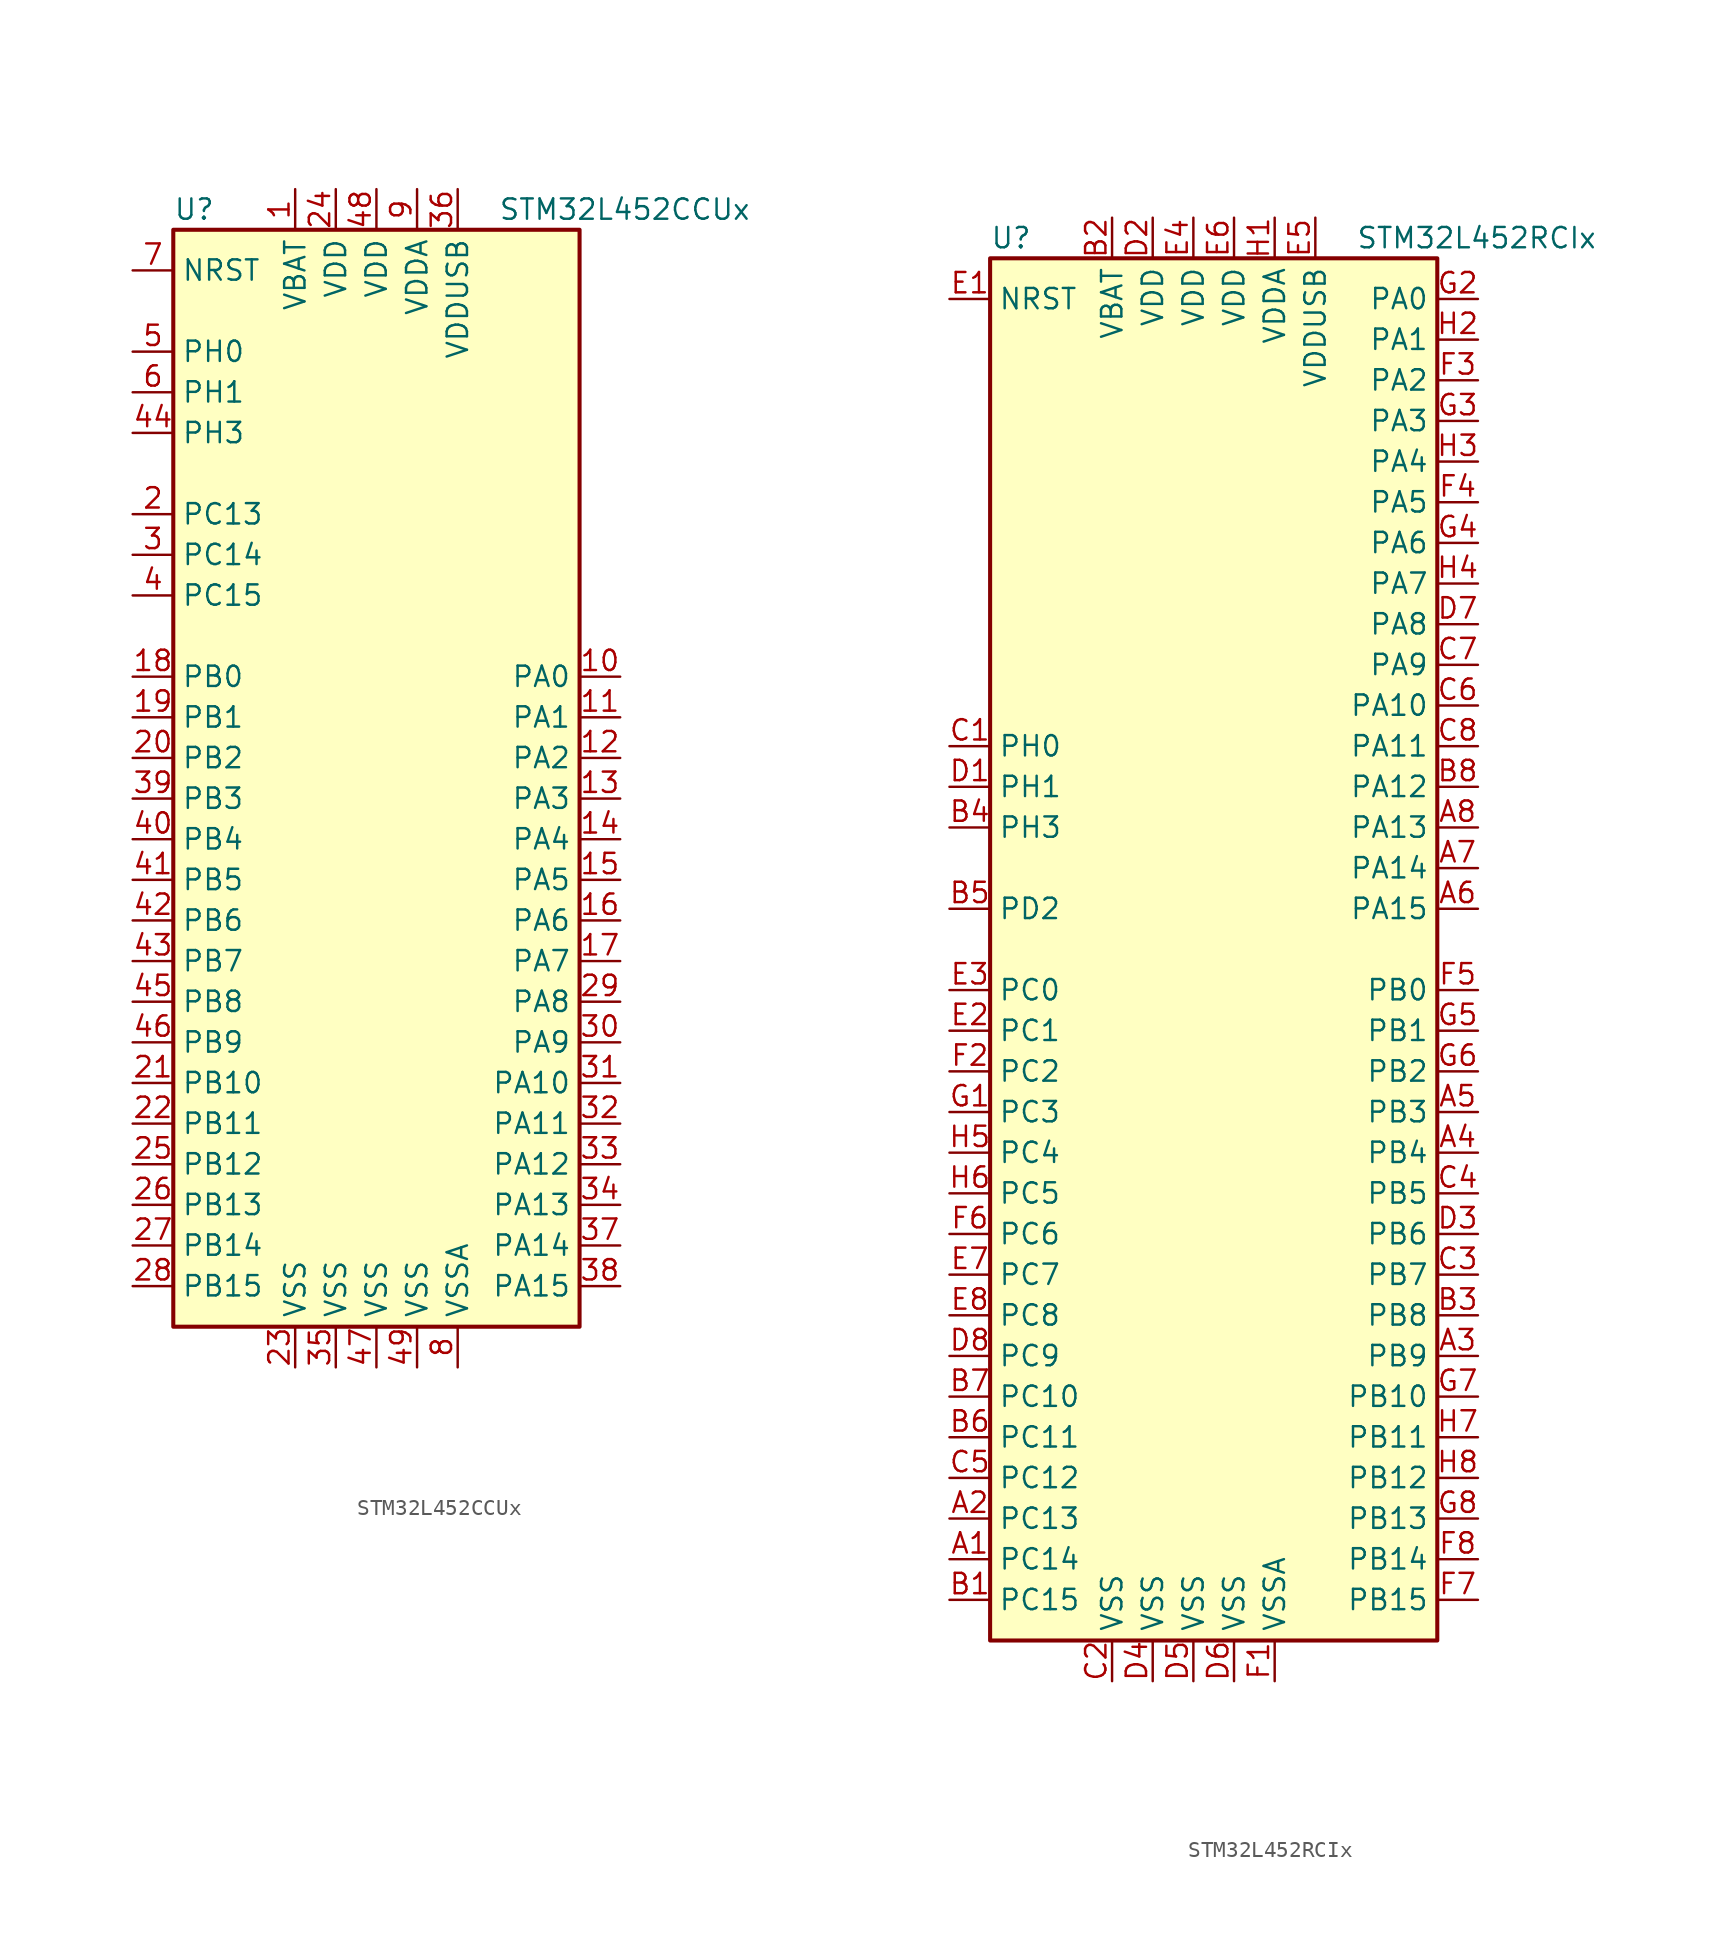
<source format=kicad_sym>
(kicad_symbol_lib
  (version 20201005)
  (generator kicad_symbol_editor)
  (symbol "STM32L452CCUx"
    (property "Reference" "U"
      (at -12.7 34.29 0)
      (effects (font (size 1.27 1.27)) (justify left)))
    (property "Value" "STM32L452CCUx"
      (at 7.62 34.29 0)
      (effects (font (size 1.27 1.27)) (justify left)))
    (symbol "STM32L452CCUx_0_1"
      (rectangle (start -12.7 -35.56) (end 12.7 33.02) (stroke (width 0.254)) (fill (type background))))
    (symbol "STM32L452CCUx_1_1"
      (pin power_in line (at -5.08 35.56 270) (length 2.54) (name "VBAT" (effects (font (size 1.27 1.27)))) (number "1" (effects (font (size 1.27 1.27)))))
      (pin bidirectional line (at 15.24 5.08 180) (length 2.54) (name "PA0" (effects (font (size 1.27 1.27)))) (number "10" (effects (font (size 1.27 1.27)))))
      (pin bidirectional line (at 15.24 2.54 180) (length 2.54) (name "PA1" (effects (font (size 1.27 1.27)))) (number "11" (effects (font (size 1.27 1.27)))))
      (pin bidirectional line (at 15.24 0 180) (length 2.54) (name "PA2" (effects (font (size 1.27 1.27)))) (number "12" (effects (font (size 1.27 1.27)))))
      (pin bidirectional line (at 15.24 -2.54 180) (length 2.54) (name "PA3" (effects (font (size 1.27 1.27)))) (number "13" (effects (font (size 1.27 1.27)))))
      (pin bidirectional line (at 15.24 -5.08 180) (length 2.54) (name "PA4" (effects (font (size 1.27 1.27)))) (number "14" (effects (font (size 1.27 1.27)))))
      (pin bidirectional line (at 15.24 -7.62 180) (length 2.54) (name "PA5" (effects (font (size 1.27 1.27)))) (number "15" (effects (font (size 1.27 1.27)))))
      (pin bidirectional line (at 15.24 -10.16 180) (length 2.54) (name "PA6" (effects (font (size 1.27 1.27)))) (number "16" (effects (font (size 1.27 1.27)))))
      (pin bidirectional line (at 15.24 -12.7 180) (length 2.54) (name "PA7" (effects (font (size 1.27 1.27)))) (number "17" (effects (font (size 1.27 1.27)))))
      (pin bidirectional line (at -15.24 5.08 0) (length 2.54) (name "PB0" (effects (font (size 1.27 1.27)))) (number "18" (effects (font (size 1.27 1.27)))))
      (pin bidirectional line (at -15.24 2.54 0) (length 2.54) (name "PB1" (effects (font (size 1.27 1.27)))) (number "19" (effects (font (size 1.27 1.27)))))
      (pin bidirectional line (at -15.24 15.24 0) (length 2.54) (name "PC13" (effects (font (size 1.27 1.27)))) (number "2" (effects (font (size 1.27 1.27)))))
      (pin bidirectional line (at -15.24 0 0) (length 2.54) (name "PB2" (effects (font (size 1.27 1.27)))) (number "20" (effects (font (size 1.27 1.27)))))
      (pin bidirectional line (at -15.24 -20.32 0) (length 2.54) (name "PB10" (effects (font (size 1.27 1.27)))) (number "21" (effects (font (size 1.27 1.27)))))
      (pin bidirectional line (at -15.24 -22.86 0) (length 2.54) (name "PB11" (effects (font (size 1.27 1.27)))) (number "22" (effects (font (size 1.27 1.27)))))
      (pin power_in line (at -5.08 -38.1 90) (length 2.54) (name "VSS" (effects (font (size 1.27 1.27)))) (number "23" (effects (font (size 1.27 1.27)))))
      (pin power_in line (at -2.54 35.56 270) (length 2.54) (name "VDD" (effects (font (size 1.27 1.27)))) (number "24" (effects (font (size 1.27 1.27)))))
      (pin bidirectional line (at -15.24 -25.4 0) (length 2.54) (name "PB12" (effects (font (size 1.27 1.27)))) (number "25" (effects (font (size 1.27 1.27)))))
      (pin bidirectional line (at -15.24 -27.94 0) (length 2.54) (name "PB13" (effects (font (size 1.27 1.27)))) (number "26" (effects (font (size 1.27 1.27)))))
      (pin bidirectional line (at -15.24 -30.48 0) (length 2.54) (name "PB14" (effects (font (size 1.27 1.27)))) (number "27" (effects (font (size 1.27 1.27)))))
      (pin bidirectional line (at -15.24 -33.02 0) (length 2.54) (name "PB15" (effects (font (size 1.27 1.27)))) (number "28" (effects (font (size 1.27 1.27)))))
      (pin bidirectional line (at 15.24 -15.24 180) (length 2.54) (name "PA8" (effects (font (size 1.27 1.27)))) (number "29" (effects (font (size 1.27 1.27)))))
      (pin bidirectional line (at -15.24 12.7 0) (length 2.54) (name "PC14" (effects (font (size 1.27 1.27)))) (number "3" (effects (font (size 1.27 1.27)))))
      (pin bidirectional line (at 15.24 -17.78 180) (length 2.54) (name "PA9" (effects (font (size 1.27 1.27)))) (number "30" (effects (font (size 1.27 1.27)))))
      (pin bidirectional line (at 15.24 -20.32 180) (length 2.54) (name "PA10" (effects (font (size 1.27 1.27)))) (number "31" (effects (font (size 1.27 1.27)))))
      (pin bidirectional line (at 15.24 -22.86 180) (length 2.54) (name "PA11" (effects (font (size 1.27 1.27)))) (number "32" (effects (font (size 1.27 1.27)))))
      (pin bidirectional line (at 15.24 -25.4 180) (length 2.54) (name "PA12" (effects (font (size 1.27 1.27)))) (number "33" (effects (font (size 1.27 1.27)))))
      (pin bidirectional line (at 15.24 -27.94 180) (length 2.54) (name "PA13" (effects (font (size 1.27 1.27)))) (number "34" (effects (font (size 1.27 1.27)))))
      (pin power_in line (at -2.54 -38.1 90) (length 2.54) (name "VSS" (effects (font (size 1.27 1.27)))) (number "35" (effects (font (size 1.27 1.27)))))
      (pin power_in line (at 5.08 35.56 270) (length 2.54) (name "VDDUSB" (effects (font (size 1.27 1.27)))) (number "36" (effects (font (size 1.27 1.27)))))
      (pin bidirectional line (at 15.24 -30.48 180) (length 2.54) (name "PA14" (effects (font (size 1.27 1.27)))) (number "37" (effects (font (size 1.27 1.27)))))
      (pin bidirectional line (at 15.24 -33.02 180) (length 2.54) (name "PA15" (effects (font (size 1.27 1.27)))) (number "38" (effects (font (size 1.27 1.27)))))
      (pin bidirectional line (at -15.24 -2.54 0) (length 2.54) (name "PB3" (effects (font (size 1.27 1.27)))) (number "39" (effects (font (size 1.27 1.27)))))
      (pin bidirectional line (at -15.24 10.16 0) (length 2.54) (name "PC15" (effects (font (size 1.27 1.27)))) (number "4" (effects (font (size 1.27 1.27)))))
      (pin bidirectional line (at -15.24 -5.08 0) (length 2.54) (name "PB4" (effects (font (size 1.27 1.27)))) (number "40" (effects (font (size 1.27 1.27)))))
      (pin bidirectional line (at -15.24 -7.62 0) (length 2.54) (name "PB5" (effects (font (size 1.27 1.27)))) (number "41" (effects (font (size 1.27 1.27)))))
      (pin bidirectional line (at -15.24 -10.16 0) (length 2.54) (name "PB6" (effects (font (size 1.27 1.27)))) (number "42" (effects (font (size 1.27 1.27)))))
      (pin bidirectional line (at -15.24 -12.7 0) (length 2.54) (name "PB7" (effects (font (size 1.27 1.27)))) (number "43" (effects (font (size 1.27 1.27)))))
      (pin bidirectional line (at -15.24 20.32 0) (length 2.54) (name "PH3" (effects (font (size 1.27 1.27)))) (number "44" (effects (font (size 1.27 1.27)))))
      (pin bidirectional line (at -15.24 -15.24 0) (length 2.54) (name "PB8" (effects (font (size 1.27 1.27)))) (number "45" (effects (font (size 1.27 1.27)))))
      (pin bidirectional line (at -15.24 -17.78 0) (length 2.54) (name "PB9" (effects (font (size 1.27 1.27)))) (number "46" (effects (font (size 1.27 1.27)))))
      (pin power_in line (at 0 -38.1 90) (length 2.54) (name "VSS" (effects (font (size 1.27 1.27)))) (number "47" (effects (font (size 1.27 1.27)))))
      (pin power_in line (at 0 35.56 270) (length 2.54) (name "VDD" (effects (font (size 1.27 1.27)))) (number "48" (effects (font (size 1.27 1.27)))))
      (pin power_in line (at 2.54 -38.1 90) (length 2.54) (name "VSS" (effects (font (size 1.27 1.27)))) (number "49" (effects (font (size 1.27 1.27)))))
      (pin input line (at -15.24 25.4 0) (length 2.54) (name "PH0" (effects (font (size 1.27 1.27)))) (number "5" (effects (font (size 1.27 1.27)))))
      (pin input line (at -15.24 22.86 0) (length 2.54) (name "PH1" (effects (font (size 1.27 1.27)))) (number "6" (effects (font (size 1.27 1.27)))))
      (pin input line (at -15.24 30.48 0) (length 2.54) (name "NRST" (effects (font (size 1.27 1.27)))) (number "7" (effects (font (size 1.27 1.27)))))
      (pin power_in line (at 5.08 -38.1 90) (length 2.54) (name "VSSA" (effects (font (size 1.27 1.27)))) (number "8" (effects (font (size 1.27 1.27)))))
      (pin power_in line (at 2.54 35.56 270) (length 2.54) (name "VDDA" (effects (font (size 1.27 1.27)))) (number "9" (effects (font (size 1.27 1.27)))))))
  (symbol "STM32L452RCIx"
    (property "Reference" "U"
      (at -15.24 44.45 0)
      (effects (font (size 1.27 1.27)) (justify left)))
    (property "Value" "STM32L452RCIx"
      (at 7.62 44.45 0)
      (effects (font (size 1.27 1.27)) (justify left)))
    (symbol "STM32L452RCIx_0_1"
      (rectangle (start -15.24 -43.18) (end 12.7 43.18) (stroke (width 0.254)) (fill (type background))))
    (symbol "STM32L452RCIx_1_1"
      (pin bidirectional line (at -17.78 -38.1 0) (length 2.54) (name "PC14" (effects (font (size 1.27 1.27)))) (number "A1" (effects (font (size 1.27 1.27)))))
      (pin bidirectional line (at -17.78 -35.56 0) (length 2.54) (name "PC13" (effects (font (size 1.27 1.27)))) (number "A2" (effects (font (size 1.27 1.27)))))
      (pin bidirectional line (at 15.24 -25.4 180) (length 2.54) (name "PB9" (effects (font (size 1.27 1.27)))) (number "A3" (effects (font (size 1.27 1.27)))))
      (pin bidirectional line (at 15.24 -12.7 180) (length 2.54) (name "PB4" (effects (font (size 1.27 1.27)))) (number "A4" (effects (font (size 1.27 1.27)))))
      (pin bidirectional line (at 15.24 -10.16 180) (length 2.54) (name "PB3" (effects (font (size 1.27 1.27)))) (number "A5" (effects (font (size 1.27 1.27)))))
      (pin bidirectional line (at 15.24 2.54 180) (length 2.54) (name "PA15" (effects (font (size 1.27 1.27)))) (number "A6" (effects (font (size 1.27 1.27)))))
      (pin bidirectional line (at 15.24 5.08 180) (length 2.54) (name "PA14" (effects (font (size 1.27 1.27)))) (number "A7" (effects (font (size 1.27 1.27)))))
      (pin bidirectional line (at 15.24 7.62 180) (length 2.54) (name "PA13" (effects (font (size 1.27 1.27)))) (number "A8" (effects (font (size 1.27 1.27)))))
      (pin bidirectional line (at -17.78 -40.64 0) (length 2.54) (name "PC15" (effects (font (size 1.27 1.27)))) (number "B1" (effects (font (size 1.27 1.27)))))
      (pin power_in line (at -7.62 45.72 270) (length 2.54) (name "VBAT" (effects (font (size 1.27 1.27)))) (number "B2" (effects (font (size 1.27 1.27)))))
      (pin bidirectional line (at 15.24 -22.86 180) (length 2.54) (name "PB8" (effects (font (size 1.27 1.27)))) (number "B3" (effects (font (size 1.27 1.27)))))
      (pin bidirectional line (at -17.78 7.62 0) (length 2.54) (name "PH3" (effects (font (size 1.27 1.27)))) (number "B4" (effects (font (size 1.27 1.27)))))
      (pin bidirectional line (at -17.78 2.54 0) (length 2.54) (name "PD2" (effects (font (size 1.27 1.27)))) (number "B5" (effects (font (size 1.27 1.27)))))
      (pin bidirectional line (at -17.78 -30.48 0) (length 2.54) (name "PC11" (effects (font (size 1.27 1.27)))) (number "B6" (effects (font (size 1.27 1.27)))))
      (pin bidirectional line (at -17.78 -27.94 0) (length 2.54) (name "PC10" (effects (font (size 1.27 1.27)))) (number "B7" (effects (font (size 1.27 1.27)))))
      (pin bidirectional line (at 15.24 10.16 180) (length 2.54) (name "PA12" (effects (font (size 1.27 1.27)))) (number "B8" (effects (font (size 1.27 1.27)))))
      (pin input line (at -17.78 12.7 0) (length 2.54) (name "PH0" (effects (font (size 1.27 1.27)))) (number "C1" (effects (font (size 1.27 1.27)))))
      (pin power_in line (at -7.62 -45.72 90) (length 2.54) (name "VSS" (effects (font (size 1.27 1.27)))) (number "C2" (effects (font (size 1.27 1.27)))))
      (pin bidirectional line (at 15.24 -20.32 180) (length 2.54) (name "PB7" (effects (font (size 1.27 1.27)))) (number "C3" (effects (font (size 1.27 1.27)))))
      (pin bidirectional line (at 15.24 -15.24 180) (length 2.54) (name "PB5" (effects (font (size 1.27 1.27)))) (number "C4" (effects (font (size 1.27 1.27)))))
      (pin bidirectional line (at -17.78 -33.02 0) (length 2.54) (name "PC12" (effects (font (size 1.27 1.27)))) (number "C5" (effects (font (size 1.27 1.27)))))
      (pin bidirectional line (at 15.24 15.24 180) (length 2.54) (name "PA10" (effects (font (size 1.27 1.27)))) (number "C6" (effects (font (size 1.27 1.27)))))
      (pin bidirectional line (at 15.24 17.78 180) (length 2.54) (name "PA9" (effects (font (size 1.27 1.27)))) (number "C7" (effects (font (size 1.27 1.27)))))
      (pin bidirectional line (at 15.24 12.7 180) (length 2.54) (name "PA11" (effects (font (size 1.27 1.27)))) (number "C8" (effects (font (size 1.27 1.27)))))
      (pin input line (at -17.78 10.16 0) (length 2.54) (name "PH1" (effects (font (size 1.27 1.27)))) (number "D1" (effects (font (size 1.27 1.27)))))
      (pin power_in line (at -5.08 45.72 270) (length 2.54) (name "VDD" (effects (font (size 1.27 1.27)))) (number "D2" (effects (font (size 1.27 1.27)))))
      (pin bidirectional line (at 15.24 -17.78 180) (length 2.54) (name "PB6" (effects (font (size 1.27 1.27)))) (number "D3" (effects (font (size 1.27 1.27)))))
      (pin power_in line (at -5.08 -45.72 90) (length 2.54) (name "VSS" (effects (font (size 1.27 1.27)))) (number "D4" (effects (font (size 1.27 1.27)))))
      (pin power_in line (at -2.54 -45.72 90) (length 2.54) (name "VSS" (effects (font (size 1.27 1.27)))) (number "D5" (effects (font (size 1.27 1.27)))))
      (pin power_in line (at 0 -45.72 90) (length 2.54) (name "VSS" (effects (font (size 1.27 1.27)))) (number "D6" (effects (font (size 1.27 1.27)))))
      (pin bidirectional line (at 15.24 20.32 180) (length 2.54) (name "PA8" (effects (font (size 1.27 1.27)))) (number "D7" (effects (font (size 1.27 1.27)))))
      (pin bidirectional line (at -17.78 -25.4 0) (length 2.54) (name "PC9" (effects (font (size 1.27 1.27)))) (number "D8" (effects (font (size 1.27 1.27)))))
      (pin input line (at -17.78 40.64 0) (length 2.54) (name "NRST" (effects (font (size 1.27 1.27)))) (number "E1" (effects (font (size 1.27 1.27)))))
      (pin bidirectional line (at -17.78 -5.08 0) (length 2.54) (name "PC1" (effects (font (size 1.27 1.27)))) (number "E2" (effects (font (size 1.27 1.27)))))
      (pin bidirectional line (at -17.78 -2.54 0) (length 2.54) (name "PC0" (effects (font (size 1.27 1.27)))) (number "E3" (effects (font (size 1.27 1.27)))))
      (pin power_in line (at -2.54 45.72 270) (length 2.54) (name "VDD" (effects (font (size 1.27 1.27)))) (number "E4" (effects (font (size 1.27 1.27)))))
      (pin power_in line (at 5.08 45.72 270) (length 2.54) (name "VDDUSB" (effects (font (size 1.27 1.27)))) (number "E5" (effects (font (size 1.27 1.27)))))
      (pin power_in line (at 0 45.72 270) (length 2.54) (name "VDD" (effects (font (size 1.27 1.27)))) (number "E6" (effects (font (size 1.27 1.27)))))
      (pin bidirectional line (at -17.78 -20.32 0) (length 2.54) (name "PC7" (effects (font (size 1.27 1.27)))) (number "E7" (effects (font (size 1.27 1.27)))))
      (pin bidirectional line (at -17.78 -22.86 0) (length 2.54) (name "PC8" (effects (font (size 1.27 1.27)))) (number "E8" (effects (font (size 1.27 1.27)))))
      (pin power_in line (at 2.54 -45.72 90) (length 2.54) (name "VSSA" (effects (font (size 1.27 1.27)))) (number "F1" (effects (font (size 1.27 1.27)))))
      (pin bidirectional line (at -17.78 -7.62 0) (length 2.54) (name "PC2" (effects (font (size 1.27 1.27)))) (number "F2" (effects (font (size 1.27 1.27)))))
      (pin bidirectional line (at 15.24 35.56 180) (length 2.54) (name "PA2" (effects (font (size 1.27 1.27)))) (number "F3" (effects (font (size 1.27 1.27)))))
      (pin bidirectional line (at 15.24 27.94 180) (length 2.54) (name "PA5" (effects (font (size 1.27 1.27)))) (number "F4" (effects (font (size 1.27 1.27)))))
      (pin bidirectional line (at 15.24 -2.54 180) (length 2.54) (name "PB0" (effects (font (size 1.27 1.27)))) (number "F5" (effects (font (size 1.27 1.27)))))
      (pin bidirectional line (at -17.78 -17.78 0) (length 2.54) (name "PC6" (effects (font (size 1.27 1.27)))) (number "F6" (effects (font (size 1.27 1.27)))))
      (pin bidirectional line (at 15.24 -40.64 180) (length 2.54) (name "PB15" (effects (font (size 1.27 1.27)))) (number "F7" (effects (font (size 1.27 1.27)))))
      (pin bidirectional line (at 15.24 -38.1 180) (length 2.54) (name "PB14" (effects (font (size 1.27 1.27)))) (number "F8" (effects (font (size 1.27 1.27)))))
      (pin bidirectional line (at -17.78 -10.16 0) (length 2.54) (name "PC3" (effects (font (size 1.27 1.27)))) (number "G1" (effects (font (size 1.27 1.27)))))
      (pin bidirectional line (at 15.24 40.64 180) (length 2.54) (name "PA0" (effects (font (size 1.27 1.27)))) (number "G2" (effects (font (size 1.27 1.27)))))
      (pin bidirectional line (at 15.24 33.02 180) (length 2.54) (name "PA3" (effects (font (size 1.27 1.27)))) (number "G3" (effects (font (size 1.27 1.27)))))
      (pin bidirectional line (at 15.24 25.4 180) (length 2.54) (name "PA6" (effects (font (size 1.27 1.27)))) (number "G4" (effects (font (size 1.27 1.27)))))
      (pin bidirectional line (at 15.24 -5.08 180) (length 2.54) (name "PB1" (effects (font (size 1.27 1.27)))) (number "G5" (effects (font (size 1.27 1.27)))))
      (pin bidirectional line (at 15.24 -7.62 180) (length 2.54) (name "PB2" (effects (font (size 1.27 1.27)))) (number "G6" (effects (font (size 1.27 1.27)))))
      (pin bidirectional line (at 15.24 -27.94 180) (length 2.54) (name "PB10" (effects (font (size 1.27 1.27)))) (number "G7" (effects (font (size 1.27 1.27)))))
      (pin bidirectional line (at 15.24 -35.56 180) (length 2.54) (name "PB13" (effects (font (size 1.27 1.27)))) (number "G8" (effects (font (size 1.27 1.27)))))
      (pin power_in line (at 2.54 45.72 270) (length 2.54) (name "VDDA" (effects (font (size 1.27 1.27)))) (number "H1" (effects (font (size 1.27 1.27)))))
      (pin bidirectional line (at 15.24 38.1 180) (length 2.54) (name "PA1" (effects (font (size 1.27 1.27)))) (number "H2" (effects (font (size 1.27 1.27)))))
      (pin bidirectional line (at 15.24 30.48 180) (length 2.54) (name "PA4" (effects (font (size 1.27 1.27)))) (number "H3" (effects (font (size 1.27 1.27)))))
      (pin bidirectional line (at 15.24 22.86 180) (length 2.54) (name "PA7" (effects (font (size 1.27 1.27)))) (number "H4" (effects (font (size 1.27 1.27)))))
      (pin bidirectional line (at -17.78 -12.7 0) (length 2.54) (name "PC4" (effects (font (size 1.27 1.27)))) (number "H5" (effects (font (size 1.27 1.27)))))
      (pin bidirectional line (at -17.78 -15.24 0) (length 2.54) (name "PC5" (effects (font (size 1.27 1.27)))) (number "H6" (effects (font (size 1.27 1.27)))))
      (pin bidirectional line (at 15.24 -30.48 180) (length 2.54) (name "PB11" (effects (font (size 1.27 1.27)))) (number "H7" (effects (font (size 1.27 1.27)))))
      (pin bidirectional line (at 15.24 -33.02 180) (length 2.54) (name "PB12" (effects (font (size 1.27 1.27)))) (number "H8" (effects (font (size 1.27 1.27))))))))
</source>
